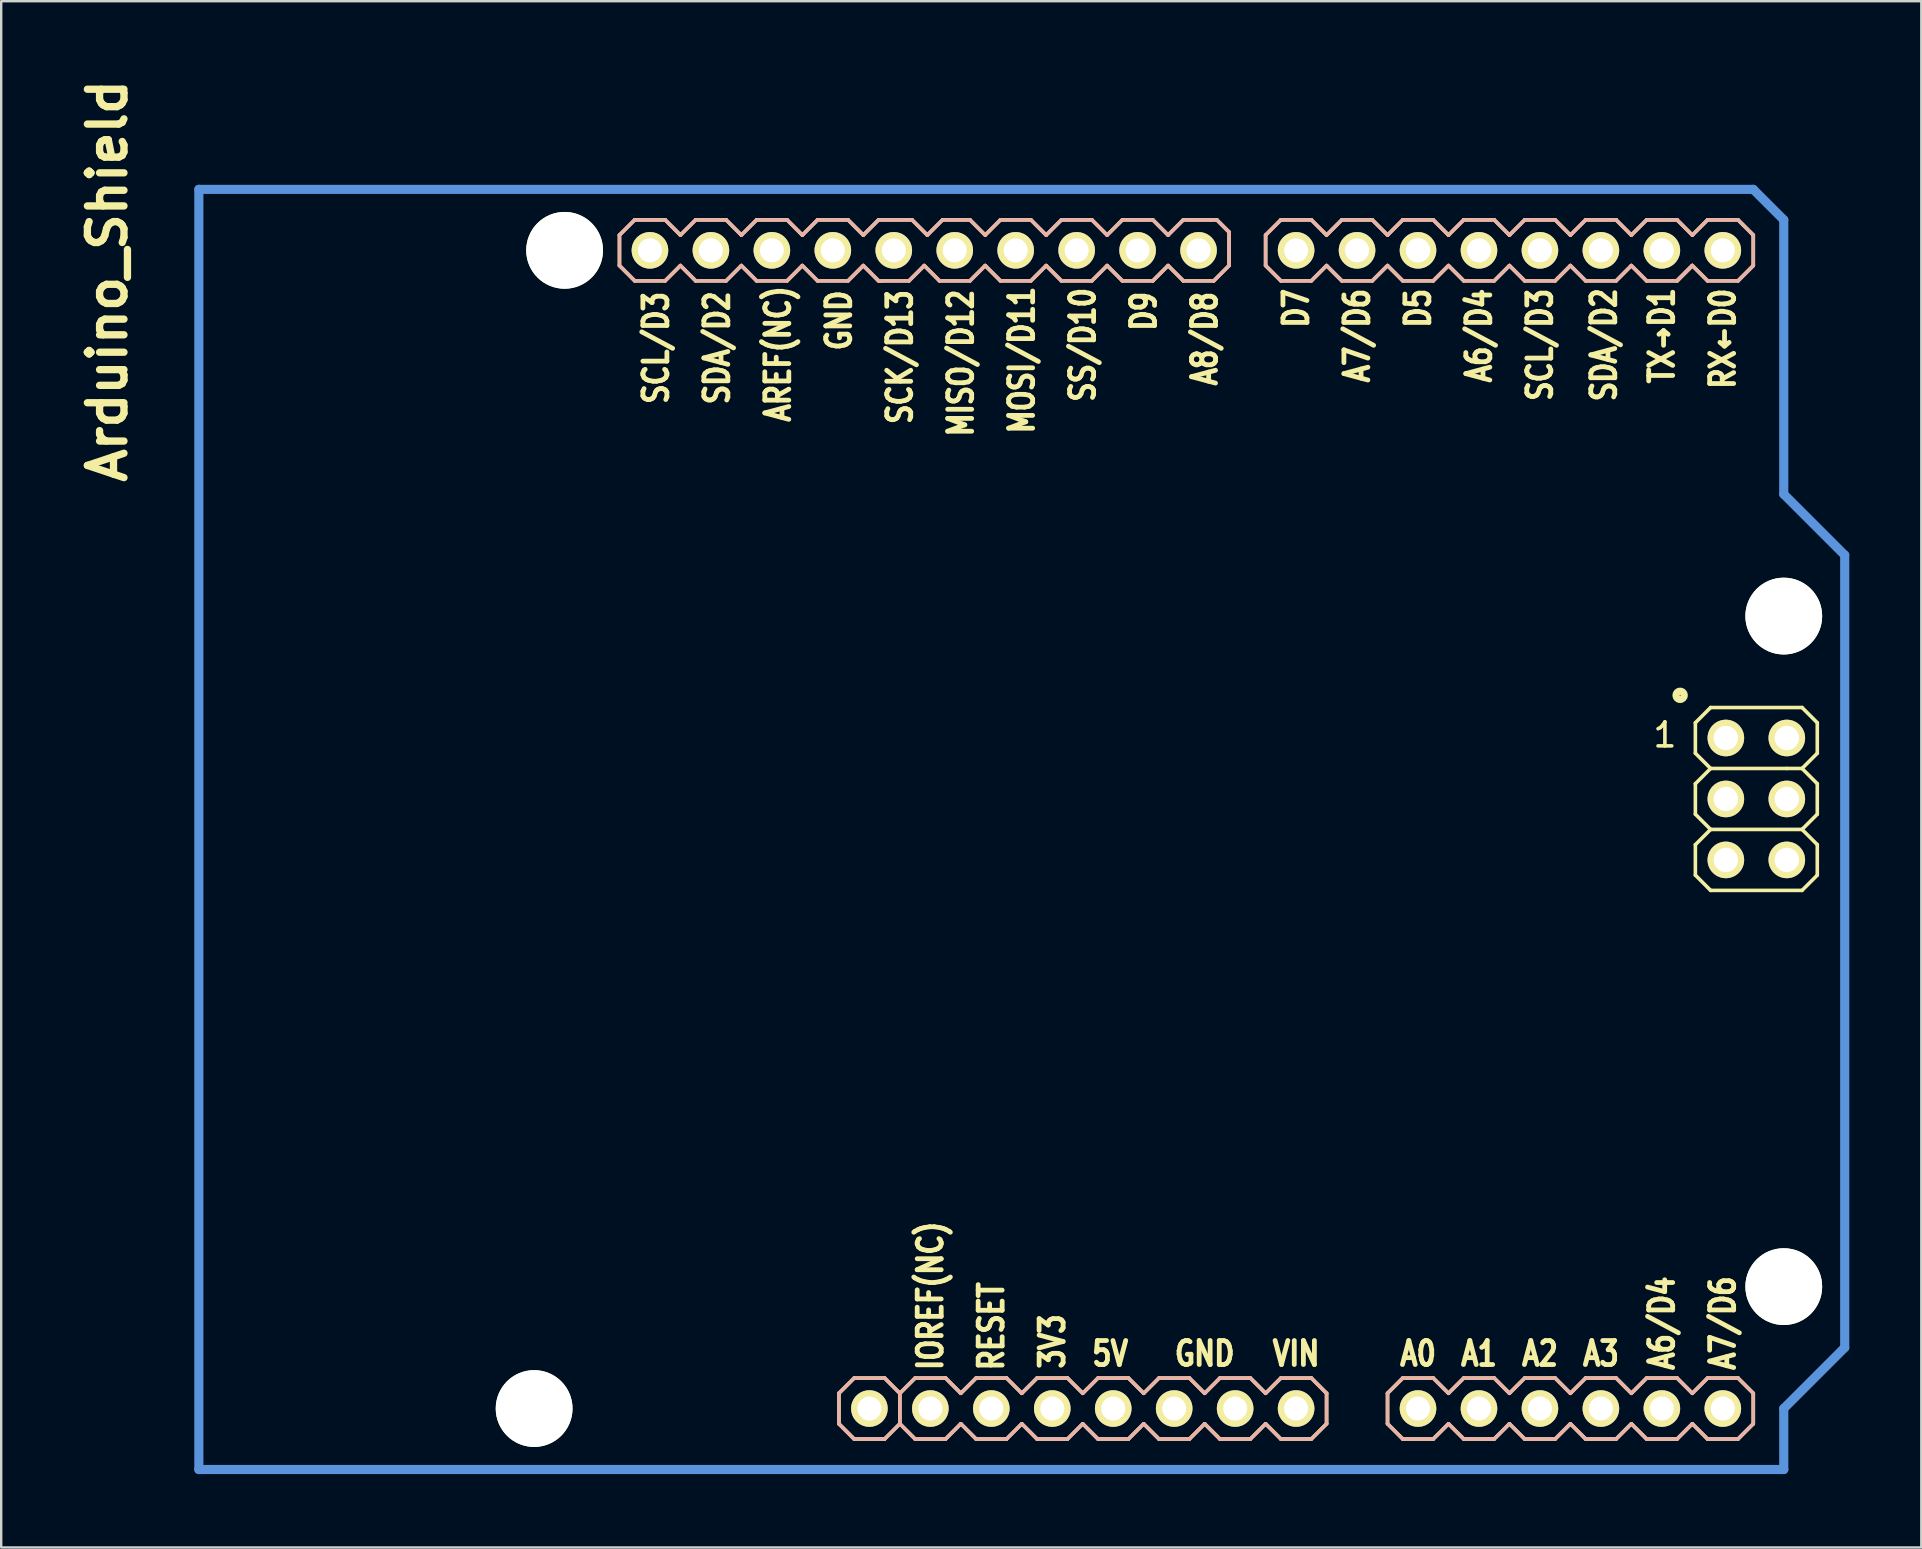
<source format=kicad_pcb>
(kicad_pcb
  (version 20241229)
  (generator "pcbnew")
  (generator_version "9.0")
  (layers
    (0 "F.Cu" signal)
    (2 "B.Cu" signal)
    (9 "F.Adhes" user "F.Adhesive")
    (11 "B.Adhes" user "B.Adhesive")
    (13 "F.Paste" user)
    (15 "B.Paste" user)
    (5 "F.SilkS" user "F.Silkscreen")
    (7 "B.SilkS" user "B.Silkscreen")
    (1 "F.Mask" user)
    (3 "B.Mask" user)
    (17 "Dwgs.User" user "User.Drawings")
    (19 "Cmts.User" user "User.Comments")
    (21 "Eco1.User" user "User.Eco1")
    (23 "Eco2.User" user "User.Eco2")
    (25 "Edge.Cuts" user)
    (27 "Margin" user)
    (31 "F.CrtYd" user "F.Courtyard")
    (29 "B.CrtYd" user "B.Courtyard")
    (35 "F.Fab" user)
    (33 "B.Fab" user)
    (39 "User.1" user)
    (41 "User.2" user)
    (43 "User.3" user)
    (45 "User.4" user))
  (footprint "Arduino_Shield"
    (layer "F.Cu")
    (at 5.236 58.181)
    (property "Reference" "Arduino_Shield" (at -3.81 -49.53 90) (layer "F.SilkS") (effects (font (size 1.524 1.524) (thickness 0.305))))
    (attr through_hole)
    (fp_line (start 17.526 -51.435) (end 17.526 -50.165) (stroke (width 0.15) (type solid)) (layer "F.SilkS"))
    (fp_line (start 18.161 -52.07) (end 17.526 -51.435) (stroke (width 0.15) (type solid)) (layer "F.SilkS"))
    (fp_line (start 18.161 -49.53) (end 17.526 -50.165) (stroke (width 0.15) (type solid)) (layer "F.SilkS"))
    (fp_line (start 19.431 -52.07) (end 18.161 -52.07) (stroke (width 0.15) (type solid)) (layer "F.SilkS"))
    (fp_line (start 19.431 -49.53) (end 18.161 -49.53) (stroke (width 0.15) (type solid)) (layer "F.SilkS"))
    (fp_line (start 20.066 -51.435) (end 19.431 -52.07) (stroke (width 0.15) (type solid)) (layer "F.SilkS"))
    (fp_line (start 20.066 -50.165) (end 19.431 -49.53) (stroke (width 0.15) (type solid)) (layer "F.SilkS"))
    (fp_line (start 20.701 -52.07) (end 20.066 -51.435) (stroke (width 0.15) (type solid)) (layer "F.SilkS"))
    (fp_line (start 20.701 -49.53) (end 20.066 -50.165) (stroke (width 0.15) (type solid)) (layer "F.SilkS"))
    (fp_line (start 21.971 -52.07) (end 20.701 -52.07) (stroke (width 0.15) (type solid)) (layer "F.SilkS"))
    (fp_line (start 21.971 -49.53) (end 20.701 -49.53) (stroke (width 0.15) (type solid)) (layer "F.SilkS"))
    (fp_line (start 22.606 -51.435) (end 21.971 -52.07) (stroke (width 0.15) (type solid)) (layer "F.SilkS"))
    (fp_line (start 22.606 -50.165) (end 21.971 -49.53) (stroke (width 0.15) (type solid)) (layer "F.SilkS"))
    (fp_line (start 23.241 -52.07) (end 22.606 -51.435) (stroke (width 0.15) (type solid)) (layer "F.SilkS"))
    (fp_line (start 23.241 -49.53) (end 22.606 -50.165) (stroke (width 0.15) (type solid)) (layer "F.SilkS"))
    (fp_line (start 24.511 -52.07) (end 23.241 -52.07) (stroke (width 0.15) (type solid)) (layer "F.SilkS"))
    (fp_line (start 24.511 -49.53) (end 23.241 -49.53) (stroke (width 0.15) (type solid)) (layer "F.SilkS"))
    (fp_line (start 25.146 -51.435) (end 24.511 -52.07) (stroke (width 0.15) (type solid)) (layer "F.SilkS"))
    (fp_line (start 25.146 -50.165) (end 24.511 -49.53) (stroke (width 0.15) (type solid)) (layer "F.SilkS"))
    (fp_line (start 25.781 -52.07) (end 25.146 -51.435) (stroke (width 0.15) (type solid)) (layer "F.SilkS"))
    (fp_line (start 25.781 -49.53) (end 25.146 -50.165) (stroke (width 0.15) (type solid)) (layer "F.SilkS"))
    (fp_line (start 26.67 -3.175) (end 27.305 -3.81) (stroke (width 0.15) (type solid)) (layer "F.SilkS"))
    (fp_line (start 26.67 -1.905) (end 26.67 -3.175) (stroke (width 0.15) (type solid)) (layer "F.SilkS"))
    (fp_line (start 27.051 -52.07) (end 25.781 -52.07) (stroke (width 0.15) (type solid)) (layer "F.SilkS"))
    (fp_line (start 27.051 -49.53) (end 25.781 -49.53) (stroke (width 0.15) (type solid)) (layer "F.SilkS"))
    (fp_line (start 27.305 -3.81) (end 28.575 -3.81) (stroke (width 0.15) (type solid)) (layer "F.SilkS"))
    (fp_line (start 27.305 -1.27) (end 26.67 -1.905) (stroke (width 0.15) (type solid)) (layer "F.SilkS"))
    (fp_line (start 27.686 -51.435) (end 27.051 -52.07) (stroke (width 0.15) (type solid)) (layer "F.SilkS"))
    (fp_line (start 27.686 -50.165) (end 27.051 -49.53) (stroke (width 0.15) (type solid)) (layer "F.SilkS"))
    (fp_line (start 28.321 -52.07) (end 27.686 -51.435) (stroke (width 0.15) (type solid)) (layer "F.SilkS"))
    (fp_line (start 28.321 -49.53) (end 27.686 -50.165) (stroke (width 0.15) (type solid)) (layer "F.SilkS"))
    (fp_line (start 28.448 -49.53) (end 28.321 -49.53) (stroke (width 0.15) (type solid)) (layer "F.SilkS"))
    (fp_line (start 28.575 -3.81) (end 29.21 -3.175) (stroke (width 0.15) (type solid)) (layer "F.SilkS"))
    (fp_line (start 28.575 -1.27) (end 27.305 -1.27) (stroke (width 0.15) (type solid)) (layer "F.SilkS"))
    (fp_line (start 29.21 -3.175) (end 29.21 -1.905) (stroke (width 0.15) (type solid)) (layer "F.SilkS"))
    (fp_line (start 29.21 -3.175) (end 29.845 -3.81) (stroke (width 0.15) (type solid)) (layer "F.SilkS"))
    (fp_line (start 29.21 -1.905) (end 28.575 -1.27) (stroke (width 0.15) (type solid)) (layer "F.SilkS"))
    (fp_line (start 29.591 -49.53) (end 28.448 -49.53) (stroke (width 0.15) (type solid)) (layer "F.SilkS"))
    (fp_line (start 29.718 -52.07) (end 28.321 -52.07) (stroke (width 0.15) (type solid)) (layer "F.SilkS"))
    (fp_line (start 29.845 -3.81) (end 31.115 -3.81) (stroke (width 0.15) (type solid)) (layer "F.SilkS"))
    (fp_line (start 29.845 -1.27) (end 29.21 -1.905) (stroke (width 0.15) (type solid)) (layer "F.SilkS"))
    (fp_line (start 30.226 -50.165) (end 29.591 -49.53) (stroke (width 0.15) (type solid)) (layer "F.SilkS"))
    (fp_line (start 30.353 -51.435) (end 29.718 -52.07) (stroke (width 0.15) (type solid)) (layer "F.SilkS"))
    (fp_line (start 30.861 -49.53) (end 30.226 -50.165) (stroke (width 0.15) (type solid)) (layer "F.SilkS"))
    (fp_line (start 30.988 -52.07) (end 30.353 -51.435) (stroke (width 0.15) (type solid)) (layer "F.SilkS"))
    (fp_line (start 31.115 -3.81) (end 31.75 -3.175) (stroke (width 0.15) (type solid)) (layer "F.SilkS"))
    (fp_line (start 31.115 -1.27) (end 29.845 -1.27) (stroke (width 0.15) (type solid)) (layer "F.SilkS"))
    (fp_line (start 31.75 -3.175) (end 32.385 -3.81) (stroke (width 0.15) (type solid)) (layer "F.SilkS"))
    (fp_line (start 31.75 -1.905) (end 31.115 -1.27) (stroke (width 0.15) (type solid)) (layer "F.SilkS"))
    (fp_line (start 32.131 -52.07) (end 30.988 -52.07) (stroke (width 0.15) (type solid)) (layer "F.SilkS"))
    (fp_line (start 32.131 -49.53) (end 30.861 -49.53) (stroke (width 0.15) (type solid)) (layer "F.SilkS"))
    (fp_line (start 32.385 -3.81) (end 33.655 -3.81) (stroke (width 0.15) (type solid)) (layer "F.SilkS"))
    (fp_line (start 32.385 -1.27) (end 31.75 -1.905) (stroke (width 0.15) (type solid)) (layer "F.SilkS"))
    (fp_line (start 32.385 -1.27) (end 33.655 -1.27) (stroke (width 0.15) (type solid)) (layer "F.SilkS"))
    (fp_line (start 32.766 -51.435) (end 32.131 -52.07) (stroke (width 0.15) (type solid)) (layer "F.SilkS"))
    (fp_line (start 32.766 -50.165) (end 32.131 -49.53) (stroke (width 0.15) (type solid)) (layer "F.SilkS"))
    (fp_line (start 33.401 -52.07) (end 32.766 -51.435) (stroke (width 0.15) (type solid)) (layer "F.SilkS"))
    (fp_line (start 33.401 -49.53) (end 32.766 -50.165) (stroke (width 0.15) (type solid)) (layer "F.SilkS"))
    (fp_line (start 33.655 -3.81) (end 34.29 -3.175) (stroke (width 0.15) (type solid)) (layer "F.SilkS"))
    (fp_line (start 34.29 -3.175) (end 34.925 -3.81) (stroke (width 0.15) (type solid)) (layer "F.SilkS"))
    (fp_line (start 34.29 -1.905) (end 33.655 -1.27) (stroke (width 0.15) (type solid)) (layer "F.SilkS"))
    (fp_line (start 34.671 -52.07) (end 33.401 -52.07) (stroke (width 0.15) (type solid)) (layer "F.SilkS"))
    (fp_line (start 34.671 -49.53) (end 33.401 -49.53) (stroke (width 0.15) (type solid)) (layer "F.SilkS"))
    (fp_line (start 34.925 -3.81) (end 36.195 -3.81) (stroke (width 0.15) (type solid)) (layer "F.SilkS"))
    (fp_line (start 34.925 -1.27) (end 34.29 -1.905) (stroke (width 0.15) (type solid)) (layer "F.SilkS"))
    (fp_line (start 35.306 -51.435) (end 34.671 -52.07) (stroke (width 0.15) (type solid)) (layer "F.SilkS"))
    (fp_line (start 35.306 -50.165) (end 34.671 -49.53) (stroke (width 0.15) (type solid)) (layer "F.SilkS"))
    (fp_line (start 35.941 -52.07) (end 35.306 -51.435) (stroke (width 0.15) (type solid)) (layer "F.SilkS"))
    (fp_line (start 35.941 -49.53) (end 35.306 -50.165) (stroke (width 0.15) (type solid)) (layer "F.SilkS"))
    (fp_line (start 36.195 -3.81) (end 36.83 -3.175) (stroke (width 0.15) (type solid)) (layer "F.SilkS"))
    (fp_line (start 36.195 -1.27) (end 34.925 -1.27) (stroke (width 0.15) (type solid)) (layer "F.SilkS"))
    (fp_line (start 36.83 -3.175) (end 37.465 -3.81) (stroke (width 0.15) (type solid)) (layer "F.SilkS"))
    (fp_line (start 36.83 -1.905) (end 36.195 -1.27) (stroke (width 0.15) (type solid)) (layer "F.SilkS"))
    (fp_line (start 37.211 -52.07) (end 35.941 -52.07) (stroke (width 0.15) (type solid)) (layer "F.SilkS"))
    (fp_line (start 37.211 -49.53) (end 35.941 -49.53) (stroke (width 0.15) (type solid)) (layer "F.SilkS"))
    (fp_line (start 37.465 -3.81) (end 38.735 -3.81) (stroke (width 0.15) (type solid)) (layer "F.SilkS"))
    (fp_line (start 37.465 -1.27) (end 36.83 -1.905) (stroke (width 0.15) (type solid)) (layer "F.SilkS"))
    (fp_line (start 37.846 -51.435) (end 37.211 -52.07) (stroke (width 0.15) (type solid)) (layer "F.SilkS"))
    (fp_line (start 37.846 -50.165) (end 37.211 -49.53) (stroke (width 0.15) (type solid)) (layer "F.SilkS"))
    (fp_line (start 38.481 -52.07) (end 37.846 -51.435) (stroke (width 0.15) (type solid)) (layer "F.SilkS"))
    (fp_line (start 38.481 -49.53) (end 37.846 -50.165) (stroke (width 0.15) (type solid)) (layer "F.SilkS"))
    (fp_line (start 38.735 -3.81) (end 39.37 -3.175) (stroke (width 0.15) (type solid)) (layer "F.SilkS"))
    (fp_line (start 38.735 -1.27) (end 37.465 -1.27) (stroke (width 0.15) (type solid)) (layer "F.SilkS"))
    (fp_line (start 39.37 -3.175) (end 40.005 -3.81) (stroke (width 0.15) (type solid)) (layer "F.SilkS"))
    (fp_line (start 39.37 -1.905) (end 38.735 -1.27) (stroke (width 0.15) (type solid)) (layer "F.SilkS"))
    (fp_line (start 39.751 -52.07) (end 38.481 -52.07) (stroke (width 0.15) (type solid)) (layer "F.SilkS"))
    (fp_line (start 39.751 -49.53) (end 38.481 -49.53) (stroke (width 0.15) (type solid)) (layer "F.SilkS"))
    (fp_line (start 40.005 -3.81) (end 41.275 -3.81) (stroke (width 0.15) (type solid)) (layer "F.SilkS"))
    (fp_line (start 40.005 -1.27) (end 39.37 -1.905) (stroke (width 0.15) (type solid)) (layer "F.SilkS"))
    (fp_line (start 40.386 -51.435) (end 39.751 -52.07) (stroke (width 0.15) (type solid)) (layer "F.SilkS"))
    (fp_line (start 40.386 -50.165) (end 39.751 -49.53) (stroke (width 0.15) (type solid)) (layer "F.SilkS"))
    (fp_line (start 41.021 -52.07) (end 40.386 -51.435) (stroke (width 0.15) (type solid)) (layer "F.SilkS"))
    (fp_line (start 41.021 -52.07) (end 42.164 -52.07) (stroke (width 0.15) (type solid)) (layer "F.SilkS"))
    (fp_line (start 41.021 -49.53) (end 40.386 -50.165) (stroke (width 0.15) (type solid)) (layer "F.SilkS"))
    (fp_line (start 41.275 -3.81) (end 41.91 -3.175) (stroke (width 0.15) (type solid)) (layer "F.SilkS"))
    (fp_line (start 41.275 -1.27) (end 40.005 -1.27) (stroke (width 0.15) (type solid)) (layer "F.SilkS"))
    (fp_line (start 41.91 -3.175) (end 42.545 -3.81) (stroke (width 0.15) (type solid)) (layer "F.SilkS"))
    (fp_line (start 41.91 -1.905) (end 41.275 -1.27) (stroke (width 0.15) (type solid)) (layer "F.SilkS"))
    (fp_line (start 42.291 -49.53) (end 41.021 -49.53) (stroke (width 0.15) (type solid)) (layer "F.SilkS"))
    (fp_line (start 42.418 -52.07) (end 42.164 -52.07) (stroke (width 0.15) (type solid)) (layer "F.SilkS"))
    (fp_line (start 42.545 -3.81) (end 43.815 -3.81) (stroke (width 0.15) (type solid)) (layer "F.SilkS"))
    (fp_line (start 42.545 -1.27) (end 41.91 -1.905) (stroke (width 0.15) (type solid)) (layer "F.SilkS"))
    (fp_line (start 42.926 -51.562) (end 42.418 -52.07) (stroke (width 0.15) (type solid)) (layer "F.SilkS"))
    (fp_line (start 42.926 -50.165) (end 42.291 -49.53) (stroke (width 0.15) (type solid)) (layer "F.SilkS"))
    (fp_line (start 42.926 -50.165) (end 42.926 -51.562) (stroke (width 0.15) (type solid)) (layer "F.SilkS"))
    (fp_line (start 43.815 -3.81) (end 44.45 -3.175) (stroke (width 0.15) (type solid)) (layer "F.SilkS"))
    (fp_line (start 43.815 -1.27) (end 42.545 -1.27) (stroke (width 0.15) (type solid)) (layer "F.SilkS"))
    (fp_line (start 44.45 -51.435) (end 45.085 -52.07) (stroke (width 0.15) (type solid)) (layer "F.SilkS"))
    (fp_line (start 44.45 -50.165) (end 44.45 -51.435) (stroke (width 0.15) (type solid)) (layer "F.SilkS"))
    (fp_line (start 44.45 -3.175) (end 45.085 -3.81) (stroke (width 0.15) (type solid)) (layer "F.SilkS"))
    (fp_line (start 44.45 -1.905) (end 43.815 -1.27) (stroke (width 0.15) (type solid)) (layer "F.SilkS"))
    (fp_line (start 45.085 -52.07) (end 46.355 -52.07) (stroke (width 0.15) (type solid)) (layer "F.SilkS"))
    (fp_line (start 45.085 -49.53) (end 44.45 -50.165) (stroke (width 0.15) (type solid)) (layer "F.SilkS"))
    (fp_line (start 45.085 -3.81) (end 46.355 -3.81) (stroke (width 0.15) (type solid)) (layer "F.SilkS"))
    (fp_line (start 45.085 -1.27) (end 44.45 -1.905) (stroke (width 0.15) (type solid)) (layer "F.SilkS"))
    (fp_line (start 46.355 -52.07) (end 46.99 -51.435) (stroke (width 0.15) (type solid)) (layer "F.SilkS"))
    (fp_line (start 46.355 -49.53) (end 45.085 -49.53) (stroke (width 0.15) (type solid)) (layer "F.SilkS"))
    (fp_line (start 46.355 -3.81) (end 46.99 -3.175) (stroke (width 0.15) (type solid)) (layer "F.SilkS"))
    (fp_line (start 46.355 -1.27) (end 45.085 -1.27) (stroke (width 0.15) (type solid)) (layer "F.SilkS"))
    (fp_line (start 46.99 -51.435) (end 47.625 -52.07) (stroke (width 0.15) (type solid)) (layer "F.SilkS"))
    (fp_line (start 46.99 -50.165) (end 46.355 -49.53) (stroke (width 0.15) (type solid)) (layer "F.SilkS"))
    (fp_line (start 46.99 -3.175) (end 46.99 -1.905) (stroke (width 0.15) (type solid)) (layer "F.SilkS"))
    (fp_line (start 46.99 -1.905) (end 46.355 -1.27) (stroke (width 0.15) (type solid)) (layer "F.SilkS"))
    (fp_line (start 47.625 -52.07) (end 48.895 -52.07) (stroke (width 0.15) (type solid)) (layer "F.SilkS"))
    (fp_line (start 47.625 -49.53) (end 46.99 -50.165) (stroke (width 0.15) (type solid)) (layer "F.SilkS"))
    (fp_line (start 48.895 -52.07) (end 49.53 -51.435) (stroke (width 0.15) (type solid)) (layer "F.SilkS"))
    (fp_line (start 48.895 -49.53) (end 47.625 -49.53) (stroke (width 0.15) (type solid)) (layer "F.SilkS"))
    (fp_line (start 49.53 -51.435) (end 50.165 -52.07) (stroke (width 0.15) (type solid)) (layer "F.SilkS"))
    (fp_line (start 49.53 -50.165) (end 48.895 -49.53) (stroke (width 0.15) (type solid)) (layer "F.SilkS"))
    (fp_line (start 49.53 -3.175) (end 49.53 -1.905) (stroke (width 0.15) (type solid)) (layer "F.SilkS"))
    (fp_line (start 49.53 -1.905) (end 50.165 -1.27) (stroke (width 0.15) (type solid)) (layer "F.SilkS"))
    (fp_line (start 50.165 -52.07) (end 51.435 -52.07) (stroke (width 0.15) (type solid)) (layer "F.SilkS"))
    (fp_line (start 50.165 -49.53) (end 49.53 -50.165) (stroke (width 0.15) (type solid)) (layer "F.SilkS"))
    (fp_line (start 50.165 -3.81) (end 49.53 -3.175) (stroke (width 0.15) (type solid)) (layer "F.SilkS"))
    (fp_line (start 50.165 -1.27) (end 51.435 -1.27) (stroke (width 0.15) (type solid)) (layer "F.SilkS"))
    (fp_line (start 51.435 -52.07) (end 52.07 -51.435) (stroke (width 0.15) (type solid)) (layer "F.SilkS"))
    (fp_line (start 51.435 -49.53) (end 50.165 -49.53) (stroke (width 0.15) (type solid)) (layer "F.SilkS"))
    (fp_line (start 51.435 -3.81) (end 50.165 -3.81) (stroke (width 0.15) (type solid)) (layer "F.SilkS"))
    (fp_line (start 51.435 -1.27) (end 52.07 -1.905) (stroke (width 0.15) (type solid)) (layer "F.SilkS"))
    (fp_line (start 52.07 -51.435) (end 52.705 -52.07) (stroke (width 0.15) (type solid)) (layer "F.SilkS"))
    (fp_line (start 52.07 -50.165) (end 51.435 -49.53) (stroke (width 0.15) (type solid)) (layer "F.SilkS"))
    (fp_line (start 52.07 -3.175) (end 51.435 -3.81) (stroke (width 0.15) (type solid)) (layer "F.SilkS"))
    (fp_line (start 52.07 -1.905) (end 52.705 -1.27) (stroke (width 0.15) (type solid)) (layer "F.SilkS"))
    (fp_line (start 52.705 -52.07) (end 53.975 -52.07) (stroke (width 0.15) (type solid)) (layer "F.SilkS"))
    (fp_line (start 52.705 -49.53) (end 52.07 -50.165) (stroke (width 0.15) (type solid)) (layer "F.SilkS"))
    (fp_line (start 52.705 -3.81) (end 52.07 -3.175) (stroke (width 0.15) (type solid)) (layer "F.SilkS"))
    (fp_line (start 52.705 -1.27) (end 53.975 -1.27) (stroke (width 0.15) (type solid)) (layer "F.SilkS"))
    (fp_line (start 53.975 -52.07) (end 54.61 -51.435) (stroke (width 0.15) (type solid)) (layer "F.SilkS"))
    (fp_line (start 53.975 -49.53) (end 52.705 -49.53) (stroke (width 0.15) (type solid)) (layer "F.SilkS"))
    (fp_line (start 53.975 -3.81) (end 52.705 -3.81) (stroke (width 0.15) (type solid)) (layer "F.SilkS"))
    (fp_line (start 53.975 -1.27) (end 54.61 -1.905) (stroke (width 0.15) (type solid)) (layer "F.SilkS"))
    (fp_line (start 54.61 -51.435) (end 55.245 -52.07) (stroke (width 0.15) (type solid)) (layer "F.SilkS"))
    (fp_line (start 54.61 -50.165) (end 53.975 -49.53) (stroke (width 0.15) (type solid)) (layer "F.SilkS"))
    (fp_line (start 54.61 -3.175) (end 53.975 -3.81) (stroke (width 0.15) (type solid)) (layer "F.SilkS"))
    (fp_line (start 54.61 -1.905) (end 55.245 -1.27) (stroke (width 0.15) (type solid)) (layer "F.SilkS"))
    (fp_line (start 55.245 -52.07) (end 56.515 -52.07) (stroke (width 0.15) (type solid)) (layer "F.SilkS"))
    (fp_line (start 55.245 -49.53) (end 54.61 -50.165) (stroke (width 0.15) (type solid)) (layer "F.SilkS"))
    (fp_line (start 55.245 -3.81) (end 54.61 -3.175) (stroke (width 0.15) (type solid)) (layer "F.SilkS"))
    (fp_line (start 55.245 -1.27) (end 56.515 -1.27) (stroke (width 0.15) (type solid)) (layer "F.SilkS"))
    (fp_line (start 56.515 -52.07) (end 57.15 -51.435) (stroke (width 0.15) (type solid)) (layer "F.SilkS"))
    (fp_line (start 56.515 -49.53) (end 55.245 -49.53) (stroke (width 0.15) (type solid)) (layer "F.SilkS"))
    (fp_line (start 56.515 -3.81) (end 55.245 -3.81) (stroke (width 0.15) (type solid)) (layer "F.SilkS"))
    (fp_line (start 56.515 -1.27) (end 57.15 -1.905) (stroke (width 0.15) (type solid)) (layer "F.SilkS"))
    (fp_line (start 57.15 -51.435) (end 57.785 -52.07) (stroke (width 0.15) (type solid)) (layer "F.SilkS"))
    (fp_line (start 57.15 -50.165) (end 56.515 -49.53) (stroke (width 0.15) (type solid)) (layer "F.SilkS"))
    (fp_line (start 57.15 -3.175) (end 56.515 -3.81) (stroke (width 0.15) (type solid)) (layer "F.SilkS"))
    (fp_line (start 57.15 -1.905) (end 57.785 -1.27) (stroke (width 0.15) (type solid)) (layer "F.SilkS"))
    (fp_line (start 57.785 -52.07) (end 59.055 -52.07) (stroke (width 0.15) (type solid)) (layer "F.SilkS"))
    (fp_line (start 57.785 -49.53) (end 57.15 -50.165) (stroke (width 0.15) (type solid)) (layer "F.SilkS"))
    (fp_line (start 57.785 -3.81) (end 57.15 -3.175) (stroke (width 0.15) (type solid)) (layer "F.SilkS"))
    (fp_line (start 57.785 -3.81) (end 59.055 -3.81) (stroke (width 0.15) (type solid)) (layer "F.SilkS"))
    (fp_line (start 57.785 -1.27) (end 59.055 -1.27) (stroke (width 0.15) (type solid)) (layer "F.SilkS"))
    (fp_line (start 59.055 -52.07) (end 59.69 -51.435) (stroke (width 0.15) (type solid)) (layer "F.SilkS"))
    (fp_line (start 59.055 -49.53) (end 57.785 -49.53) (stroke (width 0.15) (type solid)) (layer "F.SilkS"))
    (fp_line (start 59.055 -1.27) (end 59.69 -1.905) (stroke (width 0.15) (type solid)) (layer "F.SilkS"))
    (fp_line (start 59.69 -51.435) (end 60.325 -52.07) (stroke (width 0.15) (type solid)) (layer "F.SilkS"))
    (fp_line (start 59.69 -50.165) (end 59.055 -49.53) (stroke (width 0.15) (type solid)) (layer "F.SilkS"))
    (fp_line (start 59.69 -3.175) (end 59.055 -3.81) (stroke (width 0.15) (type solid)) (layer "F.SilkS"))
    (fp_line (start 59.69 -1.905) (end 60.325 -1.27) (stroke (width 0.15) (type solid)) (layer "F.SilkS"))
    (fp_line (start 60.325 -52.07) (end 61.595 -52.07) (stroke (width 0.15) (type solid)) (layer "F.SilkS"))
    (fp_line (start 60.325 -49.53) (end 59.69 -50.165) (stroke (width 0.15) (type solid)) (layer "F.SilkS"))
    (fp_line (start 60.325 -3.81) (end 59.69 -3.175) (stroke (width 0.15) (type solid)) (layer "F.SilkS"))
    (fp_line (start 60.325 -1.27) (end 61.595 -1.27) (stroke (width 0.15) (type solid)) (layer "F.SilkS"))
    (fp_line (start 61.595 -52.07) (end 62.23 -51.435) (stroke (width 0.15) (type solid)) (layer "F.SilkS"))
    (fp_line (start 61.595 -49.53) (end 60.325 -49.53) (stroke (width 0.15) (type solid)) (layer "F.SilkS"))
    (fp_line (start 61.595 -49.53) (end 62.23 -50.165) (stroke (width 0.15) (type solid)) (layer "F.SilkS"))
    (fp_line (start 61.595 -3.81) (end 60.325 -3.81) (stroke (width 0.15) (type solid)) (layer "F.SilkS"))
    (fp_line (start 61.595 -1.27) (end 62.23 -1.905) (stroke (width 0.15) (type solid)) (layer "F.SilkS"))
    (fp_line (start 62.23 -51.435) (end 62.865 -52.07) (stroke (width 0.15) (type solid)) (layer "F.SilkS"))
    (fp_line (start 62.23 -50.165) (end 61.595 -49.53) (stroke (width 0.15) (type solid)) (layer "F.SilkS"))
    (fp_line (start 62.23 -3.175) (end 61.595 -3.81) (stroke (width 0.15) (type solid)) (layer "F.SilkS"))
    (fp_line (start 62.23 -1.905) (end 62.865 -1.27) (stroke (width 0.15) (type solid)) (layer "F.SilkS"))
    (fp_line (start 62.357 -31.115) (end 62.357 -29.845) (stroke (width 0.15) (type solid)) (layer "F.SilkS"))
    (fp_line (start 62.357 -29.845) (end 62.992 -29.21) (stroke (width 0.15) (type solid)) (layer "F.SilkS"))
    (fp_line (start 62.357 -28.575) (end 62.992 -29.21) (stroke (width 0.15) (type solid)) (layer "F.SilkS"))
    (fp_line (start 62.357 -27.305) (end 62.357 -28.575) (stroke (width 0.15) (type solid)) (layer "F.SilkS"))
    (fp_line (start 62.357 -26.035) (end 62.992 -26.67) (stroke (width 0.15) (type solid)) (layer "F.SilkS"))
    (fp_line (start 62.357 -24.765) (end 62.357 -26.035) (stroke (width 0.15) (type solid)) (layer "F.SilkS"))
    (fp_line (start 62.865 -52.07) (end 64.135 -52.07) (stroke (width 0.15) (type solid)) (layer "F.SilkS"))
    (fp_line (start 62.865 -49.53) (end 62.23 -50.165) (stroke (width 0.15) (type solid)) (layer "F.SilkS"))
    (fp_line (start 62.865 -49.53) (end 64.135 -49.53) (stroke (width 0.15) (type solid)) (layer "F.SilkS"))
    (fp_line (start 62.865 -3.81) (end 62.23 -3.175) (stroke (width 0.15) (type solid)) (layer "F.SilkS"))
    (fp_line (start 62.865 -1.27) (end 64.135 -1.27) (stroke (width 0.15) (type solid)) (layer "F.SilkS"))
    (fp_line (start 62.992 -31.75) (end 62.357 -31.115) (stroke (width 0.15) (type solid)) (layer "F.SilkS"))
    (fp_line (start 62.992 -29.21) (end 66.167 -29.21) (stroke (width 0.15) (type solid)) (layer "F.SilkS"))
    (fp_line (start 62.992 -26.67) (end 62.357 -27.305) (stroke (width 0.15) (type solid)) (layer "F.SilkS"))
    (fp_line (start 62.992 -26.67) (end 66.802 -26.67) (stroke (width 0.15) (type solid)) (layer "F.SilkS"))
    (fp_line (start 62.992 -24.13) (end 62.357 -24.765) (stroke (width 0.15) (type solid)) (layer "F.SilkS"))
    (fp_line (start 64.135 -52.07) (end 64.77 -51.435) (stroke (width 0.15) (type solid)) (layer "F.SilkS"))
    (fp_line (start 64.135 -3.81) (end 62.865 -3.81) (stroke (width 0.15) (type solid)) (layer "F.SilkS"))
    (fp_line (start 64.135 -1.27) (end 64.77 -1.905) (stroke (width 0.15) (type solid)) (layer "F.SilkS"))
    (fp_line (start 64.77 -51.435) (end 64.77 -50.165) (stroke (width 0.15) (type solid)) (layer "F.SilkS"))
    (fp_line (start 64.77 -50.165) (end 64.135 -49.53) (stroke (width 0.15) (type solid)) (layer "F.SilkS"))
    (fp_line (start 64.77 -3.175) (end 64.135 -3.81) (stroke (width 0.15) (type solid)) (layer "F.SilkS"))
    (fp_line (start 64.77 -1.905) (end 64.77 -3.175) (stroke (width 0.15) (type solid)) (layer "F.SilkS"))
    (fp_line (start 66.167 -29.21) (end 66.802 -29.21) (stroke (width 0.15) (type solid)) (layer "F.SilkS"))
    (fp_line (start 66.802 -31.75) (end 62.992 -31.75) (stroke (width 0.15) (type solid)) (layer "F.SilkS"))
    (fp_line (start 66.802 -29.21) (end 67.437 -29.845) (stroke (width 0.15) (type solid)) (layer "F.SilkS"))
    (fp_line (start 66.802 -29.21) (end 67.437 -28.575) (stroke (width 0.15) (type solid)) (layer "F.SilkS"))
    (fp_line (start 66.802 -26.67) (end 67.437 -26.035) (stroke (width 0.15) (type solid)) (layer "F.SilkS"))
    (fp_line (start 66.802 -24.13) (end 62.992 -24.13) (stroke (width 0.15) (type solid)) (layer "F.SilkS"))
    (fp_line (start 67.437 -31.115) (end 66.802 -31.75) (stroke (width 0.15) (type solid)) (layer "F.SilkS"))
    (fp_line (start 67.437 -29.845) (end 67.437 -31.115) (stroke (width 0.15) (type solid)) (layer "F.SilkS"))
    (fp_line (start 67.437 -28.575) (end 67.437 -27.305) (stroke (width 0.15) (type solid)) (layer "F.SilkS"))
    (fp_line (start 67.437 -27.305) (end 66.802 -26.67) (stroke (width 0.15) (type solid)) (layer "F.SilkS"))
    (fp_line (start 67.437 -26.035) (end 67.437 -24.765) (stroke (width 0.15) (type solid)) (layer "F.SilkS"))
    (fp_line (start 67.437 -24.765) (end 66.802 -24.13) (stroke (width 0.15) (type solid)) (layer "F.SilkS"))
    (fp_circle (center 61.722 -32.258) (end 61.552 -32.258) (stroke (width 0.3) (type solid)) (fill no) (layer "F.SilkS"))
    (fp_line (start 17.526 -51.435) (end 17.526 -50.165) (stroke (width 0.15) (type solid)) (layer "B.SilkS"))
    (fp_line (start 18.161 -52.07) (end 17.526 -51.435) (stroke (width 0.15) (type solid)) (layer "B.SilkS"))
    (fp_line (start 18.161 -49.53) (end 17.526 -50.165) (stroke (width 0.15) (type solid)) (layer "B.SilkS"))
    (fp_line (start 19.431 -52.07) (end 18.161 -52.07) (stroke (width 0.15) (type solid)) (layer "B.SilkS"))
    (fp_line (start 19.431 -49.53) (end 18.161 -49.53) (stroke (width 0.15) (type solid)) (layer "B.SilkS"))
    (fp_line (start 20.066 -51.435) (end 19.431 -52.07) (stroke (width 0.15) (type solid)) (layer "B.SilkS"))
    (fp_line (start 20.066 -50.165) (end 19.431 -49.53) (stroke (width 0.15) (type solid)) (layer "B.SilkS"))
    (fp_line (start 20.701 -52.07) (end 20.066 -51.435) (stroke (width 0.15) (type solid)) (layer "B.SilkS"))
    (fp_line (start 20.701 -49.53) (end 20.066 -50.165) (stroke (width 0.15) (type solid)) (layer "B.SilkS"))
    (fp_line (start 21.971 -52.07) (end 20.701 -52.07) (stroke (width 0.15) (type solid)) (layer "B.SilkS"))
    (fp_line (start 21.971 -49.53) (end 20.701 -49.53) (stroke (width 0.15) (type solid)) (layer "B.SilkS"))
    (fp_line (start 22.606 -51.435) (end 21.971 -52.07) (stroke (width 0.15) (type solid)) (layer "B.SilkS"))
    (fp_line (start 22.606 -50.165) (end 21.971 -49.53) (stroke (width 0.15) (type solid)) (layer "B.SilkS"))
    (fp_line (start 23.241 -52.07) (end 22.606 -51.435) (stroke (width 0.15) (type solid)) (layer "B.SilkS"))
    (fp_line (start 23.241 -49.53) (end 22.606 -50.165) (stroke (width 0.15) (type solid)) (layer "B.SilkS"))
    (fp_line (start 24.511 -52.07) (end 23.241 -52.07) (stroke (width 0.15) (type solid)) (layer "B.SilkS"))
    (fp_line (start 24.511 -49.53) (end 23.241 -49.53) (stroke (width 0.15) (type solid)) (layer "B.SilkS"))
    (fp_line (start 25.146 -51.435) (end 24.511 -52.07) (stroke (width 0.15) (type solid)) (layer "B.SilkS"))
    (fp_line (start 25.146 -50.165) (end 24.511 -49.53) (stroke (width 0.15) (type solid)) (layer "B.SilkS"))
    (fp_line (start 25.781 -52.07) (end 25.146 -51.435) (stroke (width 0.15) (type solid)) (layer "B.SilkS"))
    (fp_line (start 25.781 -49.53) (end 25.146 -50.165) (stroke (width 0.15) (type solid)) (layer "B.SilkS"))
    (fp_line (start 26.67 -3.175) (end 27.305 -3.81) (stroke (width 0.15) (type solid)) (layer "B.SilkS"))
    (fp_line (start 26.67 -1.905) (end 26.67 -3.175) (stroke (width 0.15) (type solid)) (layer "B.SilkS"))
    (fp_line (start 27.051 -52.07) (end 25.781 -52.07) (stroke (width 0.15) (type solid)) (layer "B.SilkS"))
    (fp_line (start 27.051 -49.53) (end 25.781 -49.53) (stroke (width 0.15) (type solid)) (layer "B.SilkS"))
    (fp_line (start 27.305 -3.81) (end 28.575 -3.81) (stroke (width 0.15) (type solid)) (layer "B.SilkS"))
    (fp_line (start 27.305 -1.27) (end 26.67 -1.905) (stroke (width 0.15) (type solid)) (layer "B.SilkS"))
    (fp_line (start 27.686 -51.435) (end 27.051 -52.07) (stroke (width 0.15) (type solid)) (layer "B.SilkS"))
    (fp_line (start 27.686 -50.165) (end 27.051 -49.53) (stroke (width 0.15) (type solid)) (layer "B.SilkS"))
    (fp_line (start 28.321 -52.07) (end 27.686 -51.435) (stroke (width 0.15) (type solid)) (layer "B.SilkS"))
    (fp_line (start 28.321 -49.53) (end 27.686 -50.165) (stroke (width 0.15) (type solid)) (layer "B.SilkS"))
    (fp_line (start 28.448 -49.53) (end 28.321 -49.53) (stroke (width 0.15) (type solid)) (layer "B.SilkS"))
    (fp_line (start 28.575 -3.81) (end 29.21 -3.175) (stroke (width 0.15) (type solid)) (layer "B.SilkS"))
    (fp_line (start 28.575 -1.27) (end 27.305 -1.27) (stroke (width 0.15) (type solid)) (layer "B.SilkS"))
    (fp_line (start 29.21 -3.175) (end 29.21 -1.905) (stroke (width 0.15) (type solid)) (layer "B.SilkS"))
    (fp_line (start 29.21 -3.175) (end 29.845 -3.81) (stroke (width 0.15) (type solid)) (layer "B.SilkS"))
    (fp_line (start 29.21 -1.905) (end 28.575 -1.27) (stroke (width 0.15) (type solid)) (layer "B.SilkS"))
    (fp_line (start 29.591 -49.53) (end 28.448 -49.53) (stroke (width 0.15) (type solid)) (layer "B.SilkS"))
    (fp_line (start 29.718 -52.07) (end 28.321 -52.07) (stroke (width 0.15) (type solid)) (layer "B.SilkS"))
    (fp_line (start 29.845 -3.81) (end 31.115 -3.81) (stroke (width 0.15) (type solid)) (layer "B.SilkS"))
    (fp_line (start 29.845 -1.27) (end 29.21 -1.905) (stroke (width 0.15) (type solid)) (layer "B.SilkS"))
    (fp_line (start 30.226 -50.165) (end 29.591 -49.53) (stroke (width 0.15) (type solid)) (layer "B.SilkS"))
    (fp_line (start 30.353 -51.435) (end 29.718 -52.07) (stroke (width 0.15) (type solid)) (layer "B.SilkS"))
    (fp_line (start 30.861 -49.53) (end 30.226 -50.165) (stroke (width 0.15) (type solid)) (layer "B.SilkS"))
    (fp_line (start 30.988 -52.07) (end 30.353 -51.435) (stroke (width 0.15) (type solid)) (layer "B.SilkS"))
    (fp_line (start 31.115 -3.81) (end 31.75 -3.175) (stroke (width 0.15) (type solid)) (layer "B.SilkS"))
    (fp_line (start 31.115 -1.27) (end 29.845 -1.27) (stroke (width 0.15) (type solid)) (layer "B.SilkS"))
    (fp_line (start 31.75 -3.175) (end 32.385 -3.81) (stroke (width 0.15) (type solid)) (layer "B.SilkS"))
    (fp_line (start 31.75 -1.905) (end 31.115 -1.27) (stroke (width 0.15) (type solid)) (layer "B.SilkS"))
    (fp_line (start 32.131 -52.07) (end 30.988 -52.07) (stroke (width 0.15) (type solid)) (layer "B.SilkS"))
    (fp_line (start 32.131 -49.53) (end 30.861 -49.53) (stroke (width 0.15) (type solid)) (layer "B.SilkS"))
    (fp_line (start 32.385 -3.81) (end 33.655 -3.81) (stroke (width 0.15) (type solid)) (layer "B.SilkS"))
    (fp_line (start 32.385 -1.27) (end 31.75 -1.905) (stroke (width 0.15) (type solid)) (layer "B.SilkS"))
    (fp_line (start 32.385 -1.27) (end 33.655 -1.27) (stroke (width 0.15) (type solid)) (layer "B.SilkS"))
    (fp_line (start 32.766 -51.435) (end 32.131 -52.07) (stroke (width 0.15) (type solid)) (layer "B.SilkS"))
    (fp_line (start 32.766 -50.165) (end 32.131 -49.53) (stroke (width 0.15) (type solid)) (layer "B.SilkS"))
    (fp_line (start 33.401 -52.07) (end 32.766 -51.435) (stroke (width 0.15) (type solid)) (layer "B.SilkS"))
    (fp_line (start 33.401 -49.53) (end 32.766 -50.165) (stroke (width 0.15) (type solid)) (layer "B.SilkS"))
    (fp_line (start 33.655 -3.81) (end 34.29 -3.175) (stroke (width 0.15) (type solid)) (layer "B.SilkS"))
    (fp_line (start 34.29 -3.175) (end 34.925 -3.81) (stroke (width 0.15) (type solid)) (layer "B.SilkS"))
    (fp_line (start 34.29 -1.905) (end 33.655 -1.27) (stroke (width 0.15) (type solid)) (layer "B.SilkS"))
    (fp_line (start 34.671 -52.07) (end 33.401 -52.07) (stroke (width 0.15) (type solid)) (layer "B.SilkS"))
    (fp_line (start 34.671 -49.53) (end 33.401 -49.53) (stroke (width 0.15) (type solid)) (layer "B.SilkS"))
    (fp_line (start 34.925 -3.81) (end 36.195 -3.81) (stroke (width 0.15) (type solid)) (layer "B.SilkS"))
    (fp_line (start 34.925 -1.27) (end 34.29 -1.905) (stroke (width 0.15) (type solid)) (layer "B.SilkS"))
    (fp_line (start 35.306 -51.435) (end 34.671 -52.07) (stroke (width 0.15) (type solid)) (layer "B.SilkS"))
    (fp_line (start 35.306 -50.165) (end 34.671 -49.53) (stroke (width 0.15) (type solid)) (layer "B.SilkS"))
    (fp_line (start 35.941 -52.07) (end 35.306 -51.435) (stroke (width 0.15) (type solid)) (layer "B.SilkS"))
    (fp_line (start 35.941 -49.53) (end 35.306 -50.165) (stroke (width 0.15) (type solid)) (layer "B.SilkS"))
    (fp_line (start 36.195 -3.81) (end 36.83 -3.175) (stroke (width 0.15) (type solid)) (layer "B.SilkS"))
    (fp_line (start 36.195 -1.27) (end 34.925 -1.27) (stroke (width 0.15) (type solid)) (layer "B.SilkS"))
    (fp_line (start 36.83 -3.175) (end 37.465 -3.81) (stroke (width 0.15) (type solid)) (layer "B.SilkS"))
    (fp_line (start 36.83 -1.905) (end 36.195 -1.27) (stroke (width 0.15) (type solid)) (layer "B.SilkS"))
    (fp_line (start 37.211 -52.07) (end 35.941 -52.07) (stroke (width 0.15) (type solid)) (layer "B.SilkS"))
    (fp_line (start 37.211 -49.53) (end 35.941 -49.53) (stroke (width 0.15) (type solid)) (layer "B.SilkS"))
    (fp_line (start 37.465 -3.81) (end 38.735 -3.81) (stroke (width 0.15) (type solid)) (layer "B.SilkS"))
    (fp_line (start 37.465 -1.27) (end 36.83 -1.905) (stroke (width 0.15) (type solid)) (layer "B.SilkS"))
    (fp_line (start 37.846 -51.435) (end 37.211 -52.07) (stroke (width 0.15) (type solid)) (layer "B.SilkS"))
    (fp_line (start 37.846 -50.165) (end 37.211 -49.53) (stroke (width 0.15) (type solid)) (layer "B.SilkS"))
    (fp_line (start 38.481 -52.07) (end 37.846 -51.435) (stroke (width 0.15) (type solid)) (layer "B.SilkS"))
    (fp_line (start 38.481 -49.53) (end 37.846 -50.165) (stroke (width 0.15) (type solid)) (layer "B.SilkS"))
    (fp_line (start 38.735 -3.81) (end 39.37 -3.175) (stroke (width 0.15) (type solid)) (layer "B.SilkS"))
    (fp_line (start 38.735 -1.27) (end 37.465 -1.27) (stroke (width 0.15) (type solid)) (layer "B.SilkS"))
    (fp_line (start 39.37 -3.175) (end 40.005 -3.81) (stroke (width 0.15) (type solid)) (layer "B.SilkS"))
    (fp_line (start 39.37 -1.905) (end 38.735 -1.27) (stroke (width 0.15) (type solid)) (layer "B.SilkS"))
    (fp_line (start 39.751 -52.07) (end 38.481 -52.07) (stroke (width 0.15) (type solid)) (layer "B.SilkS"))
    (fp_line (start 39.751 -49.53) (end 38.481 -49.53) (stroke (width 0.15) (type solid)) (layer "B.SilkS"))
    (fp_line (start 40.005 -3.81) (end 41.275 -3.81) (stroke (width 0.15) (type solid)) (layer "B.SilkS"))
    (fp_line (start 40.005 -1.27) (end 39.37 -1.905) (stroke (width 0.15) (type solid)) (layer "B.SilkS"))
    (fp_line (start 40.386 -51.435) (end 39.751 -52.07) (stroke (width 0.15) (type solid)) (layer "B.SilkS"))
    (fp_line (start 40.386 -50.165) (end 39.751 -49.53) (stroke (width 0.15) (type solid)) (layer "B.SilkS"))
    (fp_line (start 41.021 -52.07) (end 40.386 -51.435) (stroke (width 0.15) (type solid)) (layer "B.SilkS"))
    (fp_line (start 41.021 -52.07) (end 42.164 -52.07) (stroke (width 0.15) (type solid)) (layer "B.SilkS"))
    (fp_line (start 41.021 -49.53) (end 40.386 -50.165) (stroke (width 0.15) (type solid)) (layer "B.SilkS"))
    (fp_line (start 41.275 -3.81) (end 41.91 -3.175) (stroke (width 0.15) (type solid)) (layer "B.SilkS"))
    (fp_line (start 41.275 -1.27) (end 40.005 -1.27) (stroke (width 0.15) (type solid)) (layer "B.SilkS"))
    (fp_line (start 41.91 -3.175) (end 42.545 -3.81) (stroke (width 0.15) (type solid)) (layer "B.SilkS"))
    (fp_line (start 41.91 -1.905) (end 41.275 -1.27) (stroke (width 0.15) (type solid)) (layer "B.SilkS"))
    (fp_line (start 42.291 -49.53) (end 41.021 -49.53) (stroke (width 0.15) (type solid)) (layer "B.SilkS"))
    (fp_line (start 42.418 -52.07) (end 42.164 -52.07) (stroke (width 0.15) (type solid)) (layer "B.SilkS"))
    (fp_line (start 42.545 -3.81) (end 43.815 -3.81) (stroke (width 0.15) (type solid)) (layer "B.SilkS"))
    (fp_line (start 42.545 -1.27) (end 41.91 -1.905) (stroke (width 0.15) (type solid)) (layer "B.SilkS"))
    (fp_line (start 42.926 -51.562) (end 42.418 -52.07) (stroke (width 0.15) (type solid)) (layer "B.SilkS"))
    (fp_line (start 42.926 -50.165) (end 42.291 -49.53) (stroke (width 0.15) (type solid)) (layer "B.SilkS"))
    (fp_line (start 42.926 -50.165) (end 42.926 -51.562) (stroke (width 0.15) (type solid)) (layer "B.SilkS"))
    (fp_line (start 43.815 -3.81) (end 44.45 -3.175) (stroke (width 0.15) (type solid)) (layer "B.SilkS"))
    (fp_line (start 43.815 -1.27) (end 42.545 -1.27) (stroke (width 0.15) (type solid)) (layer "B.SilkS"))
    (fp_line (start 44.45 -51.435) (end 45.085 -52.07) (stroke (width 0.15) (type solid)) (layer "B.SilkS"))
    (fp_line (start 44.45 -50.165) (end 44.45 -51.435) (stroke (width 0.15) (type solid)) (layer "B.SilkS"))
    (fp_line (start 44.45 -3.175) (end 45.085 -3.81) (stroke (width 0.15) (type solid)) (layer "B.SilkS"))
    (fp_line (start 44.45 -1.905) (end 43.815 -1.27) (stroke (width 0.15) (type solid)) (layer "B.SilkS"))
    (fp_line (start 45.085 -52.07) (end 46.355 -52.07) (stroke (width 0.15) (type solid)) (layer "B.SilkS"))
    (fp_line (start 45.085 -49.53) (end 44.45 -50.165) (stroke (width 0.15) (type solid)) (layer "B.SilkS"))
    (fp_line (start 45.085 -3.81) (end 46.355 -3.81) (stroke (width 0.15) (type solid)) (layer "B.SilkS"))
    (fp_line (start 45.085 -1.27) (end 44.45 -1.905) (stroke (width 0.15) (type solid)) (layer "B.SilkS"))
    (fp_line (start 46.355 -52.07) (end 46.99 -51.435) (stroke (width 0.15) (type solid)) (layer "B.SilkS"))
    (fp_line (start 46.355 -49.53) (end 45.085 -49.53) (stroke (width 0.15) (type solid)) (layer "B.SilkS"))
    (fp_line (start 46.355 -3.81) (end 46.99 -3.175) (stroke (width 0.15) (type solid)) (layer "B.SilkS"))
    (fp_line (start 46.355 -1.27) (end 45.085 -1.27) (stroke (width 0.15) (type solid)) (layer "B.SilkS"))
    (fp_line (start 46.99 -51.435) (end 47.625 -52.07) (stroke (width 0.15) (type solid)) (layer "B.SilkS"))
    (fp_line (start 46.99 -50.165) (end 46.355 -49.53) (stroke (width 0.15) (type solid)) (layer "B.SilkS"))
    (fp_line (start 46.99 -3.175) (end 46.99 -1.905) (stroke (width 0.15) (type solid)) (layer "B.SilkS"))
    (fp_line (start 46.99 -1.905) (end 46.355 -1.27) (stroke (width 0.15) (type solid)) (layer "B.SilkS"))
    (fp_line (start 47.625 -52.07) (end 48.895 -52.07) (stroke (width 0.15) (type solid)) (layer "B.SilkS"))
    (fp_line (start 47.625 -49.53) (end 46.99 -50.165) (stroke (width 0.15) (type solid)) (layer "B.SilkS"))
    (fp_line (start 48.895 -52.07) (end 49.53 -51.435) (stroke (width 0.15) (type solid)) (layer "B.SilkS"))
    (fp_line (start 48.895 -49.53) (end 47.625 -49.53) (stroke (width 0.15) (type solid)) (layer "B.SilkS"))
    (fp_line (start 49.53 -51.435) (end 50.165 -52.07) (stroke (width 0.15) (type solid)) (layer "B.SilkS"))
    (fp_line (start 49.53 -50.165) (end 48.895 -49.53) (stroke (width 0.15) (type solid)) (layer "B.SilkS"))
    (fp_line (start 49.53 -3.175) (end 49.53 -1.905) (stroke (width 0.15) (type solid)) (layer "B.SilkS"))
    (fp_line (start 49.53 -1.905) (end 50.165 -1.27) (stroke (width 0.15) (type solid)) (layer "B.SilkS"))
    (fp_line (start 50.165 -52.07) (end 51.435 -52.07) (stroke (width 0.15) (type solid)) (layer "B.SilkS"))
    (fp_line (start 50.165 -49.53) (end 49.53 -50.165) (stroke (width 0.15) (type solid)) (layer "B.SilkS"))
    (fp_line (start 50.165 -3.81) (end 49.53 -3.175) (stroke (width 0.15) (type solid)) (layer "B.SilkS"))
    (fp_line (start 50.165 -1.27) (end 51.435 -1.27) (stroke (width 0.15) (type solid)) (layer "B.SilkS"))
    (fp_line (start 51.435 -52.07) (end 52.07 -51.435) (stroke (width 0.15) (type solid)) (layer "B.SilkS"))
    (fp_line (start 51.435 -49.53) (end 50.165 -49.53) (stroke (width 0.15) (type solid)) (layer "B.SilkS"))
    (fp_line (start 51.435 -3.81) (end 50.165 -3.81) (stroke (width 0.15) (type solid)) (layer "B.SilkS"))
    (fp_line (start 51.435 -1.27) (end 52.07 -1.905) (stroke (width 0.15) (type solid)) (layer "B.SilkS"))
    (fp_line (start 52.07 -51.435) (end 52.705 -52.07) (stroke (width 0.15) (type solid)) (layer "B.SilkS"))
    (fp_line (start 52.07 -50.165) (end 51.435 -49.53) (stroke (width 0.15) (type solid)) (layer "B.SilkS"))
    (fp_line (start 52.07 -3.175) (end 51.435 -3.81) (stroke (width 0.15) (type solid)) (layer "B.SilkS"))
    (fp_line (start 52.07 -1.905) (end 52.705 -1.27) (stroke (width 0.15) (type solid)) (layer "B.SilkS"))
    (fp_line (start 52.705 -52.07) (end 53.975 -52.07) (stroke (width 0.15) (type solid)) (layer "B.SilkS"))
    (fp_line (start 52.705 -49.53) (end 52.07 -50.165) (stroke (width 0.15) (type solid)) (layer "B.SilkS"))
    (fp_line (start 52.705 -3.81) (end 52.07 -3.175) (stroke (width 0.15) (type solid)) (layer "B.SilkS"))
    (fp_line (start 52.705 -1.27) (end 53.975 -1.27) (stroke (width 0.15) (type solid)) (layer "B.SilkS"))
    (fp_line (start 53.975 -52.07) (end 54.61 -51.435) (stroke (width 0.15) (type solid)) (layer "B.SilkS"))
    (fp_line (start 53.975 -49.53) (end 52.705 -49.53) (stroke (width 0.15) (type solid)) (layer "B.SilkS"))
    (fp_line (start 53.975 -3.81) (end 52.705 -3.81) (stroke (width 0.15) (type solid)) (layer "B.SilkS"))
    (fp_line (start 53.975 -1.27) (end 54.61 -1.905) (stroke (width 0.15) (type solid)) (layer "B.SilkS"))
    (fp_line (start 54.61 -51.435) (end 55.245 -52.07) (stroke (width 0.15) (type solid)) (layer "B.SilkS"))
    (fp_line (start 54.61 -50.165) (end 53.975 -49.53) (stroke (width 0.15) (type solid)) (layer "B.SilkS"))
    (fp_line (start 54.61 -3.175) (end 53.975 -3.81) (stroke (width 0.15) (type solid)) (layer "B.SilkS"))
    (fp_line (start 54.61 -1.905) (end 55.245 -1.27) (stroke (width 0.15) (type solid)) (layer "B.SilkS"))
    (fp_line (start 55.245 -52.07) (end 56.515 -52.07) (stroke (width 0.15) (type solid)) (layer "B.SilkS"))
    (fp_line (start 55.245 -49.53) (end 54.61 -50.165) (stroke (width 0.15) (type solid)) (layer "B.SilkS"))
    (fp_line (start 55.245 -3.81) (end 54.61 -3.175) (stroke (width 0.15) (type solid)) (layer "B.SilkS"))
    (fp_line (start 55.245 -1.27) (end 56.515 -1.27) (stroke (width 0.15) (type solid)) (layer "B.SilkS"))
    (fp_line (start 56.515 -52.07) (end 57.15 -51.435) (stroke (width 0.15) (type solid)) (layer "B.SilkS"))
    (fp_line (start 56.515 -49.53) (end 55.245 -49.53) (stroke (width 0.15) (type solid)) (layer "B.SilkS"))
    (fp_line (start 56.515 -3.81) (end 55.245 -3.81) (stroke (width 0.15) (type solid)) (layer "B.SilkS"))
    (fp_line (start 56.515 -1.27) (end 57.15 -1.905) (stroke (width 0.15) (type solid)) (layer "B.SilkS"))
    (fp_line (start 57.15 -51.435) (end 57.785 -52.07) (stroke (width 0.15) (type solid)) (layer "B.SilkS"))
    (fp_line (start 57.15 -50.165) (end 56.515 -49.53) (stroke (width 0.15) (type solid)) (layer "B.SilkS"))
    (fp_line (start 57.15 -3.175) (end 56.515 -3.81) (stroke (width 0.15) (type solid)) (layer "B.SilkS"))
    (fp_line (start 57.15 -1.905) (end 57.785 -1.27) (stroke (width 0.15) (type solid)) (layer "B.SilkS"))
    (fp_line (start 57.785 -52.07) (end 59.055 -52.07) (stroke (width 0.15) (type solid)) (layer "B.SilkS"))
    (fp_line (start 57.785 -49.53) (end 57.15 -50.165) (stroke (width 0.15) (type solid)) (layer "B.SilkS"))
    (fp_line (start 57.785 -3.81) (end 57.15 -3.175) (stroke (width 0.15) (type solid)) (layer "B.SilkS"))
    (fp_line (start 57.785 -3.81) (end 59.055 -3.81) (stroke (width 0.15) (type solid)) (layer "B.SilkS"))
    (fp_line (start 57.785 -1.27) (end 59.055 -1.27) (stroke (width 0.15) (type solid)) (layer "B.SilkS"))
    (fp_line (start 59.055 -52.07) (end 59.69 -51.435) (stroke (width 0.15) (type solid)) (layer "B.SilkS"))
    (fp_line (start 59.055 -49.53) (end 57.785 -49.53) (stroke (width 0.15) (type solid)) (layer "B.SilkS"))
    (fp_line (start 59.055 -1.27) (end 59.69 -1.905) (stroke (width 0.15) (type solid)) (layer "B.SilkS"))
    (fp_line (start 59.69 -51.435) (end 60.325 -52.07) (stroke (width 0.15) (type solid)) (layer "B.SilkS"))
    (fp_line (start 59.69 -50.165) (end 59.055 -49.53) (stroke (width 0.15) (type solid)) (layer "B.SilkS"))
    (fp_line (start 59.69 -3.175) (end 59.055 -3.81) (stroke (width 0.15) (type solid)) (layer "B.SilkS"))
    (fp_line (start 59.69 -1.905) (end 60.325 -1.27) (stroke (width 0.15) (type solid)) (layer "B.SilkS"))
    (fp_line (start 60.325 -52.07) (end 61.595 -52.07) (stroke (width 0.15) (type solid)) (layer "B.SilkS"))
    (fp_line (start 60.325 -49.53) (end 59.69 -50.165) (stroke (width 0.15) (type solid)) (layer "B.SilkS"))
    (fp_line (start 60.325 -3.81) (end 59.69 -3.175) (stroke (width 0.15) (type solid)) (layer "B.SilkS"))
    (fp_line (start 60.325 -1.27) (end 61.595 -1.27) (stroke (width 0.15) (type solid)) (layer "B.SilkS"))
    (fp_line (start 61.595 -52.07) (end 62.23 -51.435) (stroke (width 0.15) (type solid)) (layer "B.SilkS"))
    (fp_line (start 61.595 -49.53) (end 60.325 -49.53) (stroke (width 0.15) (type solid)) (layer "B.SilkS"))
    (fp_line (start 61.595 -49.53) (end 62.23 -50.165) (stroke (width 0.15) (type solid)) (layer "B.SilkS"))
    (fp_line (start 61.595 -3.81) (end 60.325 -3.81) (stroke (width 0.15) (type solid)) (layer "B.SilkS"))
    (fp_line (start 61.595 -1.27) (end 62.23 -1.905) (stroke (width 0.15) (type solid)) (layer "B.SilkS"))
    (fp_line (start 62.23 -51.435) (end 62.865 -52.07) (stroke (width 0.15) (type solid)) (layer "B.SilkS"))
    (fp_line (start 62.23 -50.165) (end 61.595 -49.53) (stroke (width 0.15) (type solid)) (layer "B.SilkS"))
    (fp_line (start 62.23 -3.175) (end 61.595 -3.81) (stroke (width 0.15) (type solid)) (layer "B.SilkS"))
    (fp_line (start 62.23 -1.905) (end 62.865 -1.27) (stroke (width 0.15) (type solid)) (layer "B.SilkS"))
    (fp_line (start 62.865 -52.07) (end 64.135 -52.07) (stroke (width 0.15) (type solid)) (layer "B.SilkS"))
    (fp_line (start 62.865 -49.53) (end 62.23 -50.165) (stroke (width 0.15) (type solid)) (layer "B.SilkS"))
    (fp_line (start 62.865 -49.53) (end 64.135 -49.53) (stroke (width 0.15) (type solid)) (layer "B.SilkS"))
    (fp_line (start 62.865 -3.81) (end 62.23 -3.175) (stroke (width 0.15) (type solid)) (layer "B.SilkS"))
    (fp_line (start 62.865 -1.27) (end 64.135 -1.27) (stroke (width 0.15) (type solid)) (layer "B.SilkS"))
    (fp_line (start 64.135 -52.07) (end 64.77 -51.435) (stroke (width 0.15) (type solid)) (layer "B.SilkS"))
    (fp_line (start 64.135 -3.81) (end 62.865 -3.81) (stroke (width 0.15) (type solid)) (layer "B.SilkS"))
    (fp_line (start 64.135 -1.27) (end 64.77 -1.905) (stroke (width 0.15) (type solid)) (layer "B.SilkS"))
    (fp_line (start 64.77 -51.435) (end 64.77 -50.165) (stroke (width 0.15) (type solid)) (layer "B.SilkS"))
    (fp_line (start 64.77 -50.165) (end 64.135 -49.53) (stroke (width 0.15) (type solid)) (layer "B.SilkS"))
    (fp_line (start 64.77 -3.175) (end 64.135 -3.81) (stroke (width 0.15) (type solid)) (layer "B.SilkS"))
    (fp_line (start 64.77 -1.905) (end 64.77 -3.175) (stroke (width 0.15) (type solid)) (layer "B.SilkS"))
    (fp_line (start 0 0) (end 0 -53.34) (stroke (width 0.381) (type solid)) (layer "Cmts.User"))
    (fp_line (start 64.77 -53.34) (end 0 -53.34) (stroke (width 0.381) (type solid)) (layer "Cmts.User"))
    (fp_line (start 66.04 -52.07) (end 64.77 -53.34) (stroke (width 0.381) (type solid)) (layer "Cmts.User"))
    (fp_line (start 66.04 -40.64) (end 66.04 -52.07) (stroke (width 0.381) (type solid)) (layer "Cmts.User"))
    (fp_line (start 66.04 -40.64) (end 68.58 -38.1) (stroke (width 0.381) (type solid)) (layer "Cmts.User"))
    (fp_line (start 66.04 -2.54) (end 66.04 0) (stroke (width 0.381) (type solid)) (layer "Cmts.User"))
    (fp_line (start 66.04 0) (end 0 0) (stroke (width 0.381) (type solid)) (layer "Cmts.User"))
    (fp_line (start 68.58 -38.1) (end 68.58 -5.08) (stroke (width 0.381) (type solid)) (layer "Cmts.User"))
    (fp_line (start 68.58 -5.08) (end 66.04 -2.54) (stroke (width 0.381) (type solid)) (layer "Cmts.User"))
    (fp_text user "SS/D10" (at 36.83 -46.863 90) (layer "F.SilkS") (effects (font (size 1 0.8) (thickness 0.2))))
    (fp_text user "A7/D6" (at 63.5 -6.096 270) (layer "F.SilkS") (effects (font (size 1 0.8) (thickness 0.2))))
    (fp_text user "SDA/D2" (at 58.547 -46.863 90) (layer "F.SilkS") (effects (font (size 1 0.8) (thickness 0.2))))
    (fp_text user "SCL/D3" (at 55.88 -46.863 90) (layer "F.SilkS") (effects (font (size 1 0.8) (thickness 0.2))))
    (fp_text user "AREF(NC)" (at 24.13 -46.482 90) (layer "F.SilkS") (effects (font (size 1 0.8) (thickness 0.2))))
    (fp_text user "A0" (at 50.8 -4.826 180) (layer "F.SilkS") (effects (font (size 1 0.8) (thickness 0.2))))
    (fp_text user "GND" (at 26.67 -47.879 90) (layer "F.SilkS") (effects (font (size 1 0.8) (thickness 0.2))))
    (fp_text user "RX←D0" (at 63.5 -47.117 90) (layer "F.SilkS") (effects (font (size 1 0.8) (thickness 0.2))))
    (fp_text user "A1" (at 53.34 -4.826 180) (layer "F.SilkS") (effects (font (size 1 0.8) (thickness 0.2))))
    (fp_text user "MISO/D12" (at 31.75 -46.101 90) (layer "F.SilkS") (effects (font (size 1 0.8) (thickness 0.2))))
    (fp_text user "GND" (at 41.91 -4.826 180) (layer "F.SilkS") (effects (font (size 1 0.8) (thickness 0.2))))
    (fp_text user "SDA/D2" (at 21.59 -46.736 90) (layer "F.SilkS") (effects (font (size 1 0.8) (thickness 0.2))))
    (fp_text user "VIN" (at 45.72 -4.826 180) (layer "F.SilkS") (effects (font (size 1 0.8) (thickness 0.2))))
    (fp_text user "SCL/D3" (at 19.05 -46.736 90) (layer "F.SilkS") (effects (font (size 1 0.8) (thickness 0.2))))
    (fp_text user "IOREF(NC)" (at 30.48 -7.239 90) (layer "F.SilkS") (effects (font (size 1 0.8) (thickness 0.2))))
    (fp_text user "TX→D1" (at 60.96 -47.244 90) (layer "F.SilkS") (effects (font (size 1 0.8) (thickness 0.2))))
    (fp_text user "D9" (at 39.37 -48.26 90) (layer "F.SilkS") (effects (font (size 1 0.8) (thickness 0.2))))
    (fp_text user "MOSI/D11" (at 34.29 -46.228 90) (layer "F.SilkS") (effects (font (size 1 0.8) (thickness 0.2))))
    (fp_text user "A2" (at 55.88 -4.826 180) (layer "F.SilkS") (effects (font (size 1 0.8) (thickness 0.2))))
    (fp_text user "5V" (at 37.973 -4.826 180) (layer "F.SilkS") (effects (font (size 1 0.8) (thickness 0.2))))
    (fp_text user "RESET" (at 33.02 -5.969 90) (layer "F.SilkS") (effects (font (size 1 0.8) (thickness 0.2))))
    (fp_text user "1" (at 61.087 -30.607 0) (layer "F.SilkS") (effects (font (size 1 1) (thickness 0.15))))
    (fp_text user "D7" (at 45.72 -48.387 90) (layer "F.SilkS") (effects (font (size 1 0.8) (thickness 0.2))))
    (fp_text user "A6/D4" (at 60.96 -6.096 270) (layer "F.SilkS") (effects (font (size 1 0.8) (thickness 0.2))))
    (fp_text user "A7/D6" (at 48.26 -47.244 90) (layer "F.SilkS") (effects (font (size 1 0.8) (thickness 0.2))))
    (fp_text user "A6/D4" (at 53.34 -47.244 90) (layer "F.SilkS") (effects (font (size 1 0.8) (thickness 0.2))))
    (fp_text user "D5" (at 50.8 -48.387 90) (layer "F.SilkS") (effects (font (size 1 0.8) (thickness 0.2))))
    (fp_text user "A8/D8" (at 41.91 -47.117 90) (layer "F.SilkS") (effects (font (size 1 0.8) (thickness 0.2))))
    (fp_text user "SCK/D13" (at 29.21 -46.355 90) (layer "F.SilkS") (effects (font (size 1 0.8) (thickness 0.2))))
    (fp_text user "3V3" (at 35.56 -5.334 90) (layer "F.SilkS") (effects (font (size 1 0.8) (thickness 0.2))))
    (fp_text user "A3" (at 58.42 -4.826 180) (layer "F.SilkS") (effects (font (size 1 0.8) (thickness 0.2))))
    (pad "" np_thru_hole circle (at 13.97 -2.54 90) (size 3.2 3.2) (drill 3.2) (layers "*.Cu" "*.Mask" "F.SilkS"))
    (pad "" np_thru_hole circle (at 15.24 -50.8 90) (size 3.2 3.2) (drill 3.2) (layers "*.Cu" "*.Mask" "F.SilkS"))
    (pad "" np_thru_hole circle (at 66.04 -35.56 90) (size 3.2 3.2) (drill 3.2) (layers "*.Cu" "*.Mask" "F.SilkS"))
    (pad "" np_thru_hole circle (at 66.04 -7.62 90) (size 3.2 3.2) (drill 3.2) (layers "*.Cu" "*.Mask" "F.SilkS"))
    (pad "0" thru_hole circle (at 63.5 -50.8 90) (size 1.524 1.524) (drill 1) (layers "*.Cu" "*.Mask" "F.SilkS"))
    (pad "1" thru_hole circle (at 60.96 -50.8 90) (size 1.524 1.524) (drill 1) (layers "*.Cu" "*.Mask" "F.SilkS"))
    (pad "2" thru_hole circle (at 58.42 -50.8 90) (size 1.524 1.524) (drill 1) (layers "*.Cu" "*.Mask" "F.SilkS"))
    (pad "3" thru_hole circle (at 55.88 -50.8 90) (size 1.524 1.524) (drill 1) (layers "*.Cu" "*.Mask" "F.SilkS"))
    (pad "3V3" thru_hole circle (at 35.56 -2.54 90) (size 1.524 1.524) (drill 1) (layers "*.Cu" "*.Mask" "F.SilkS"))
    (pad "4" thru_hole circle (at 53.34 -50.8 90) (size 1.524 1.524) (drill 1) (layers "*.Cu" "*.Mask" "F.SilkS"))
    (pad "5" thru_hole circle (at 50.8 -50.8 90) (size 1.524 1.524) (drill 1.016) (layers "*.Cu" "*.Mask" "F.SilkS"))
    (pad "5V" thru_hole circle (at 38.1 -2.54 90) (size 1.524 1.524) (drill 1) (layers "*.Cu" "*.Mask" "F.SilkS"))
    (pad "6" thru_hole circle (at 48.26 -50.8 90) (size 1.524 1.524) (drill 1) (layers "*.Cu" "*.Mask" "F.SilkS"))
    (pad "7" thru_hole circle (at 45.72 -50.8 90) (size 1.524 1.524) (drill 1) (layers "*.Cu" "*.Mask" "F.SilkS"))
    (pad "8" thru_hole circle (at 41.656 -50.8 90) (size 1.524 1.524) (drill 1) (layers "*.Cu" "*.Mask" "F.SilkS"))
    (pad "9" thru_hole circle (at 39.116 -50.8 90) (size 1.524 1.524) (drill 1) (layers "*.Cu" "*.Mask" "F.SilkS"))
    (pad "10" thru_hole circle (at 36.576 -50.8 90) (size 1.524 1.524) (drill 1) (layers "*.Cu" "*.Mask" "F.SilkS"))
    (pad "11" thru_hole circle (at 34.036 -50.8 90) (size 1.524 1.524) (drill 1) (layers "*.Cu" "*.Mask" "F.SilkS"))
    (pad "12" thru_hole circle (at 31.496 -50.8 90) (size 1.524 1.524) (drill 1) (layers "*.Cu" "*.Mask" "F.SilkS"))
    (pad "13" thru_hole circle (at 28.956 -50.8 90) (size 1.524 1.524) (drill 1) (layers "*.Cu" "*.Mask" "F.SilkS"))
    (pad "AD0" thru_hole circle (at 50.8 -2.54 90) (size 1.524 1.524) (drill 1) (layers "*.Cu" "*.Mask" "F.SilkS"))
    (pad "AD1" thru_hole circle (at 53.34 -2.54 90) (size 1.524 1.524) (drill 1) (layers "*.Cu" "*.Mask" "F.SilkS"))
    (pad "AD2" thru_hole circle (at 55.88 -2.54 90) (size 1.524 1.524) (drill 1) (layers "*.Cu" "*.Mask" "F.SilkS"))
    (pad "AD3" thru_hole circle (at 58.42 -2.54 90) (size 1.524 1.524) (drill 1) (layers "*.Cu" "*.Mask" "F.SilkS"))
    (pad "AD4" thru_hole circle (at 60.96 -2.54 90) (size 1.524 1.524) (drill 1) (layers "*.Cu" "*.Mask" "F.SilkS"))
    (pad "AD5" thru_hole circle (at 63.5 -2.54 90) (size 1.524 1.524) (drill 1) (layers "*.Cu" "*.Mask" "F.SilkS"))
    (pad "AREF" thru_hole circle (at 23.876 -50.8 90) (size 1.524 1.524) (drill 1) (layers "*.Cu" "*.Mask" "F.SilkS"))
    (pad "GND1" thru_hole circle (at 40.64 -2.54 90) (size 1.524 1.524) (drill 1) (layers "*.Cu" "*.Mask" "F.SilkS"))
    (pad "GND2" thru_hole circle (at 43.18 -2.54 90) (size 1.524 1.524) (drill 1) (layers "*.Cu" "*.Mask" "F.SilkS"))
    (pad "GND3" thru_hole circle (at 26.416 -50.8 90) (size 1.524 1.524) (drill 1) (layers "*.Cu" "*.Mask" "F.SilkS"))
    (pad "IO_R" thru_hole circle (at 30.48 -2.54 90) (size 1.524 1.524) (drill 1) (layers "*.Cu" "*.Mask" "F.SilkS"))
    (pad "NC" thru_hole circle (at 27.94 -2.54 90) (size 1.524 1.524) (drill 1) (layers "*.Cu" "*.Mask" "F.SilkS"))
    (pad "RST" thru_hole circle (at 33.02 -2.54 90) (size 1.524 1.524) (drill 1) (layers "*.Cu" "*.Mask" "F.SilkS"))
    (pad "SCL" thru_hole circle (at 18.796 -50.8 90) (size 1.524 1.524) (drill 1) (layers "*.Cu" "*.Mask" "F.SilkS"))
    (pad "SDA" thru_hole circle (at 21.336 -50.8 90) (size 1.524 1.524) (drill 1) (layers "*.Cu" "*.Mask" "F.SilkS"))
    (pad "SP1" thru_hole circle (at 63.627 -30.48 90) (size 1.524 1.524) (drill 1.016) (layers "*.Cu" "*.Mask" "F.SilkS"))
    (pad "SP2" thru_hole circle (at 66.167 -30.48 90) (size 1.524 1.524) (drill 1.016) (layers "*.Cu" "*.Mask" "F.SilkS"))
    (pad "SP3" thru_hole circle (at 63.627 -27.94 90) (size 1.524 1.524) (drill 1.016) (layers "*.Cu" "*.Mask" "F.SilkS"))
    (pad "SP4" thru_hole circle (at 66.167 -27.94 90) (size 1.524 1.524) (drill 1.016) (layers "*.Cu" "*.Mask" "F.SilkS"))
    (pad "SP5" thru_hole circle (at 63.627 -25.4 90) (size 1.524 1.524) (drill 1.016) (layers "*.Cu" "*.Mask" "F.SilkS"))
    (pad "SP6" thru_hole circle (at 66.167 -25.4 90) (size 1.524 1.524) (drill 1.016) (layers "*.Cu" "*.Mask" "F.SilkS"))
    (pad "V_IN" thru_hole circle (at 45.72 -2.54 90) (size 1.524 1.524) (drill 1) (layers "*.Cu" "*.Mask" "F.SilkS")))
  (gr_rect
    (start -3 -3)
    (end 77.007 61.431)
    (stroke (width 0.1) (type default))
    (fill no)
    (layer "Edge.Cuts")))
</source>
